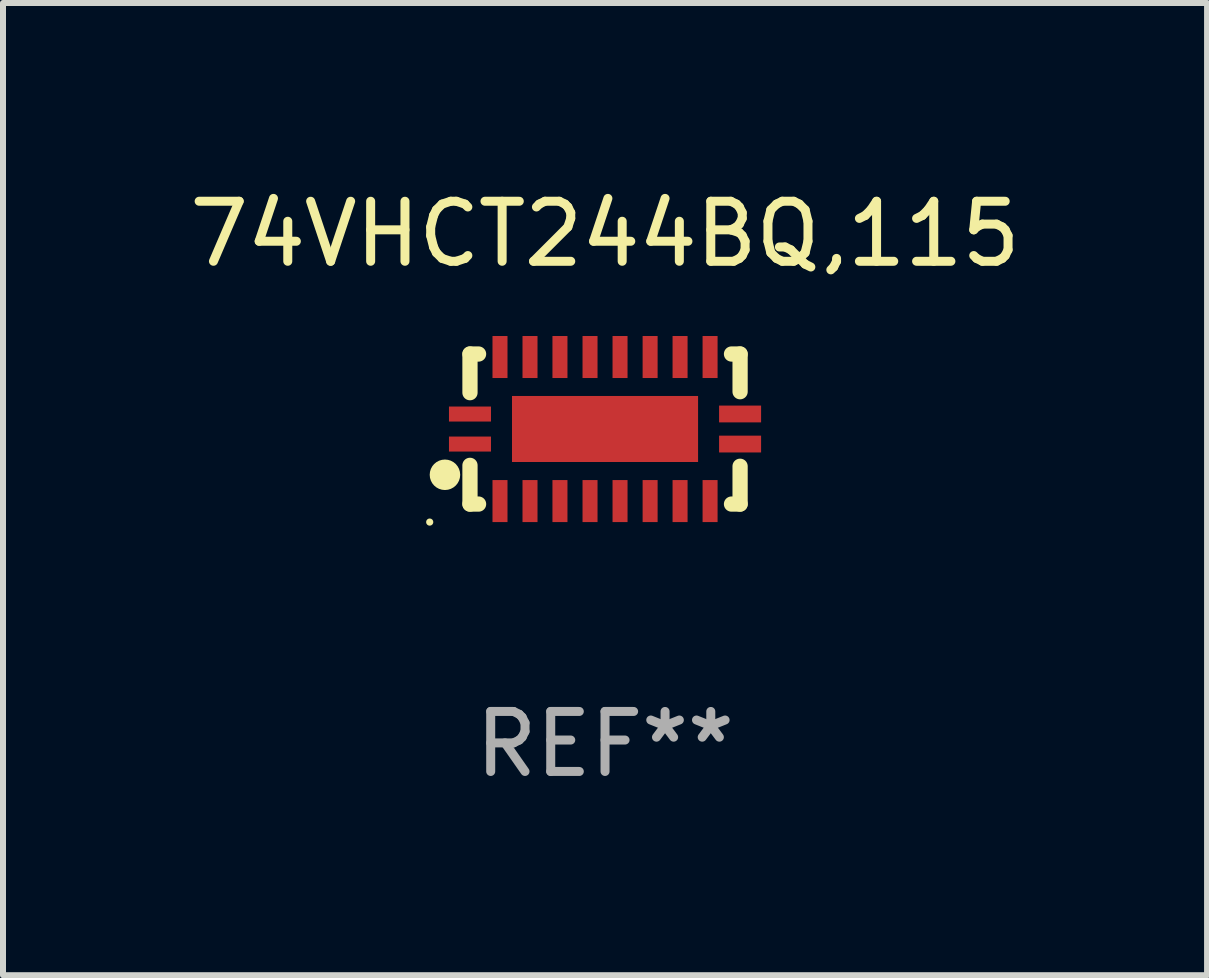
<source format=kicad_pcb>
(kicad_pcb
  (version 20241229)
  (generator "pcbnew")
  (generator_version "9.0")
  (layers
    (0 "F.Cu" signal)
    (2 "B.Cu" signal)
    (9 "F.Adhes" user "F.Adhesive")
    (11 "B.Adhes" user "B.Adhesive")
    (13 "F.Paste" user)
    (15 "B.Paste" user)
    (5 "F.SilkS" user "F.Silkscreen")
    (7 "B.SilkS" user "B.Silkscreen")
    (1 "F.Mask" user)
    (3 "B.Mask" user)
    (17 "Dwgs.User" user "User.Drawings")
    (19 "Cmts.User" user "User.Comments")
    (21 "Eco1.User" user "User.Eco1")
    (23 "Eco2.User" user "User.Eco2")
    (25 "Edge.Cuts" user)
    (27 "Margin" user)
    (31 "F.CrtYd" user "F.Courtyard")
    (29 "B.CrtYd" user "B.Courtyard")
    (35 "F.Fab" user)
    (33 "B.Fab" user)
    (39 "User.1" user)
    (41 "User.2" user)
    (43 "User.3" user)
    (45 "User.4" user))
  (footprint "74VHCT244BQ,115"
    (layer "F.Cu")
    (at 7.03 4.098)
    (property "Reference" "74VHCT244BQ,115" (at 0 -3.25 0) (layer "F.SilkS") (effects (font (size 1 1) (thickness 0.15))))
    (attr through_hole)
    (fp_line (start -2.25 0.605) (end -2.25 1.25) (stroke (width 0.254) (type solid)) (layer "F.SilkS"))
    (fp_line (start -2.25 1.25) (end -2.107 1.25) (stroke (width 0.254) (type solid)) (layer "F.SilkS"))
    (fp_line (start -2.25 -1.25) (end -2.25 -0.606) (stroke (width 0.254) (type solid)) (layer "F.SilkS"))
    (fp_line (start -2.25 -1.25) (end -2.107 -1.25) (stroke (width 0.254) (type solid)) (layer "F.SilkS"))
    (fp_line (start 2.107 -1.25) (end 2.25 -1.25) (stroke (width 0.254) (type solid)) (layer "F.SilkS"))
    (fp_line (start 2.107 1.25) (end 2.25 1.25) (stroke (width 0.254) (type solid)) (layer "F.SilkS"))
    (fp_line (start 2.25 -1.25) (end 2.25 -0.622) (stroke (width 0.254) (type solid)) (layer "F.SilkS"))
    (fp_line (start 2.25 0.62) (end 2.25 1.25) (stroke (width 0.254) (type solid)) (layer "F.SilkS"))
    (fp_circle (center -2.921 1.55) (end -2.891 1.55) (stroke (width 0.06) (type solid)) (fill no) (layer "F.SilkS"))
    (fp_circle (center -2.667 0.762) (end -2.54 0.762) (stroke (width 0.254) (type solid)) (fill no) (layer "F.SilkS"))
    (fp_text user "REF**" (at 0 5.25 0) (layer "F.Fab") (effects (font (size 1 1) (thickness 0.15))))
    (pad "1" smd rect (at -2.25 0.25 180) (size 0.7 0.25) (layers "F.Cu" "F.Mask" "F.Paste"))
    (pad "2" smd rect (at -1.75 1.2 90) (size 0.7 0.25) (layers "F.Cu" "F.Mask" "F.Paste"))
    (pad "3" smd rect (at -1.25 1.2 90) (size 0.7 0.25) (layers "F.Cu" "F.Mask" "F.Paste"))
    (pad "4" smd rect (at -0.751 1.2 90) (size 0.7 0.25) (layers "F.Cu" "F.Mask" "F.Paste"))
    (pad "5" smd rect (at -0.25 1.2 90) (size 0.7 0.25) (layers "F.Cu" "F.Mask" "F.Paste"))
    (pad "6" smd rect (at 0.25 1.2 90) (size 0.7 0.25) (layers "F.Cu" "F.Mask" "F.Paste"))
    (pad "7" smd rect (at 0.751 1.2 90) (size 0.7 0.25) (layers "F.Cu" "F.Mask" "F.Paste"))
    (pad "8" smd rect (at 1.25 1.2 90) (size 0.7 0.25) (layers "F.Cu" "F.Mask" "F.Paste"))
    (pad "9" smd rect (at 1.75 1.2 90) (size 0.7 0.25) (layers "F.Cu" "F.Mask" "F.Paste"))
    (pad "10" smd rect (at 2.25 0.25 180) (size 0.7 0.28) (layers "F.Cu" "F.Mask" "F.Paste"))
    (pad "11" smd rect (at 2.25 -0.251 180) (size 0.7 0.28) (layers "F.Cu" "F.Mask" "F.Paste"))
    (pad "12" smd rect (at 1.75 -1.2 90) (size 0.7 0.25) (layers "F.Cu" "F.Mask" "F.Paste"))
    (pad "13" smd rect (at 1.25 -1.2 90) (size 0.7 0.25) (layers "F.Cu" "F.Mask" "F.Paste"))
    (pad "14" smd rect (at 0.751 -1.2 90) (size 0.7 0.25) (layers "F.Cu" "F.Mask" "F.Paste"))
    (pad "15" smd rect (at 0.25 -1.2 90) (size 0.7 0.25) (layers "F.Cu" "F.Mask" "F.Paste"))
    (pad "16" smd rect (at -0.25 -1.2 90) (size 0.7 0.25) (layers "F.Cu" "F.Mask" "F.Paste"))
    (pad "17" smd rect (at -0.751 -1.2 90) (size 0.7 0.25) (layers "F.Cu" "F.Mask" "F.Paste"))
    (pad "18" smd rect (at -1.25 -1.2 90) (size 0.7 0.25) (layers "F.Cu" "F.Mask" "F.Paste"))
    (pad "19" smd rect (at -1.75 -1.2 90) (size 0.7 0.25) (layers "F.Cu" "F.Mask" "F.Paste"))
    (pad "20" smd rect (at -2.25 -0.25 180) (size 0.7 0.25) (layers "F.Cu" "F.Mask" "F.Paste"))
    (pad "21" smd rect (at 0 -0.001 180) (size 3.1 1.1) (layers "F.Cu" "F.Mask" "F.Paste")))
  (gr_rect
    (start -3 -3)
    (end 17.06 13.197)
    (stroke (width 0.1) (type default))
    (fill no)
    (layer "Edge.Cuts")))
</source>
